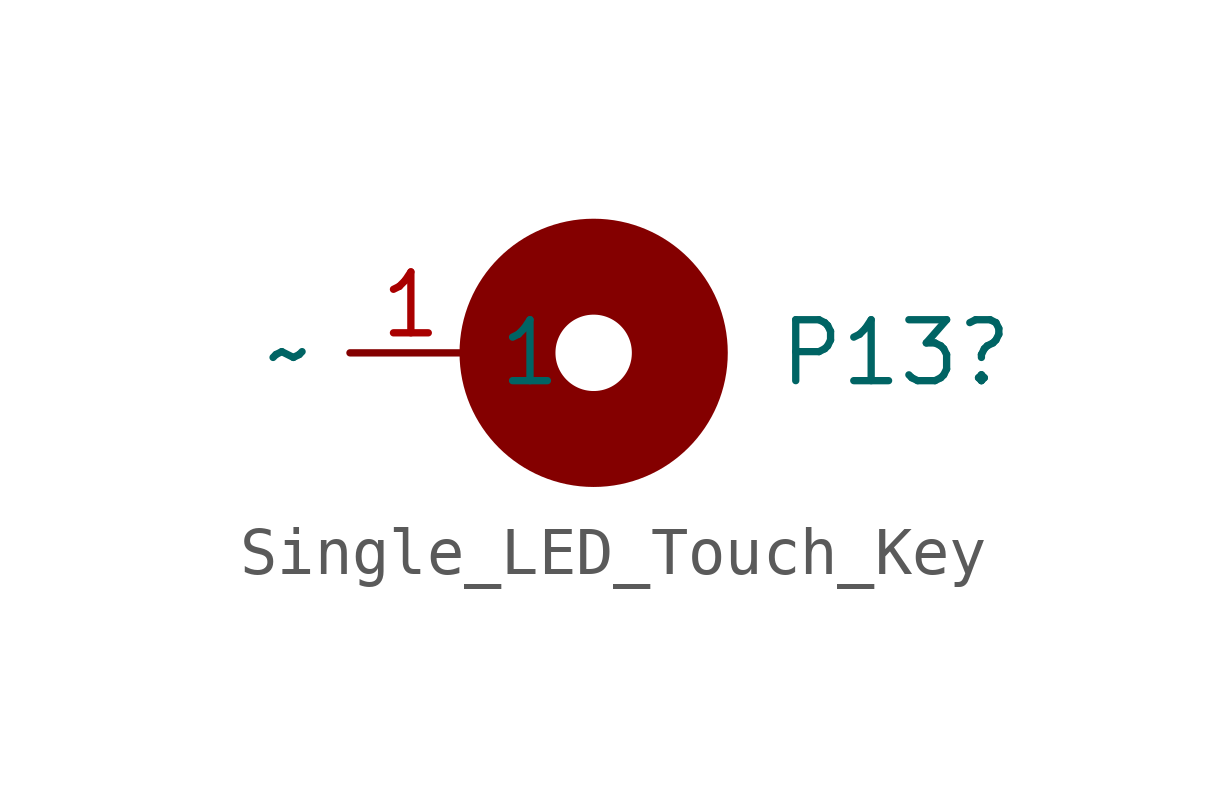
<source format=kicad_sym>
(kicad_symbol_lib
  (version 20231120)
  (generator "kicad_symbol_editor")
  (generator_version "8.0")
  (symbol "Single_LED_Touch_Key"
    (property "Reference" "P13"
      (at 3.81 0 0)
      (effects (font (size 1.27 1.27)) (justify left)))
    (property "Value" "~"
      (at -6.35 0 0)
      (effects (font (size 1.27 1.27))))
    (symbol "Single_LED_Touch_Key_1_1"
      (circle (center 0 0) (radius 1.796) (stroke (width 2) (type default)) (fill (type none)))
      (pin bidirectional line (at -5.08 0 0) (length 2.54) (name "1" (effects (font (size 1.27 1.27)))) (number "1" (effects (font (size 1.27 1.27))))))))
</source>
